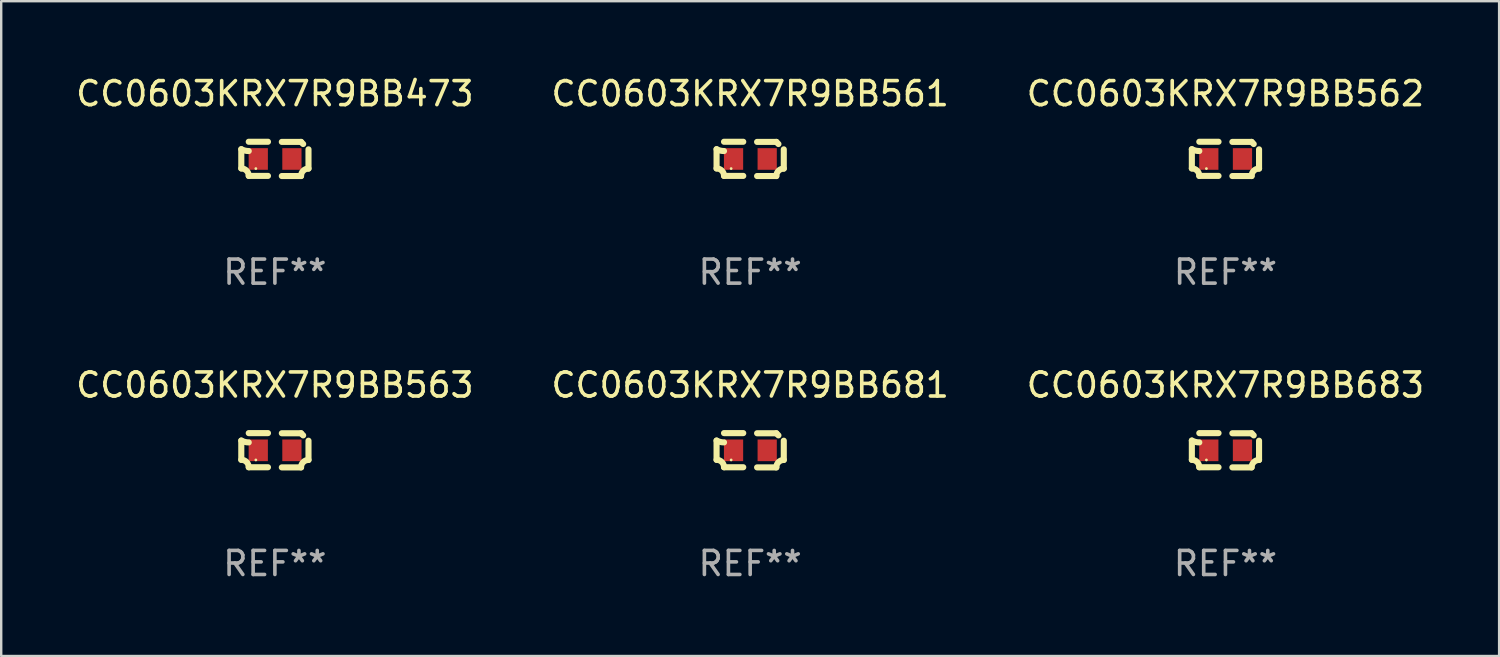
<source format=kicad_pcb>
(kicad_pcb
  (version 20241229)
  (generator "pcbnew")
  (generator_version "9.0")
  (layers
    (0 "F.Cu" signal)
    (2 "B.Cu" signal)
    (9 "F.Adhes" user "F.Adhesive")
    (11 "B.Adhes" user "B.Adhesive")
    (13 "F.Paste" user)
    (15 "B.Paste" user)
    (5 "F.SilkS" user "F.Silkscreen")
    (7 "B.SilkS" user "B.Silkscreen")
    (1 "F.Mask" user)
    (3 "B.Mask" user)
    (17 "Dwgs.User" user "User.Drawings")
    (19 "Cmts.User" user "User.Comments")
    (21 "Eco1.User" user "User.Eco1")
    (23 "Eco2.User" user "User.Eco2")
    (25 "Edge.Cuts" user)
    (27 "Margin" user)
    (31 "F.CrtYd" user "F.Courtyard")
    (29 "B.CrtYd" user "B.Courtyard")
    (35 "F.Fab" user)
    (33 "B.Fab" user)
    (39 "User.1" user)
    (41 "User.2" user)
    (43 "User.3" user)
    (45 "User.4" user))
  (footprint "CC0603KRX7R9BB561"
    (layer "F.Cu")
    (at 28.161 3.561)
    (property "Reference" "CC0603KRX7R9BB561" (at 0 -2.713 0) (layer "F.SilkS") (effects (font (size 1 1) (thickness 0.15))))
    (attr through_hole)
    (fp_line (start -1.398 -0.403) (end -1.398 0.397) (stroke (width 0.254) (type solid)) (layer "F.SilkS"))
    (fp_line (start -0.288 -0.713) (end -1.088 -0.713) (stroke (width 0.254) (type solid)) (layer "F.SilkS"))
    (fp_line (start -0.288 0.707) (end -1.088 0.707) (stroke (width 0.254) (type solid)) (layer "F.SilkS"))
    (fp_line (start 0.288 -0.707) (end 1.088 -0.707) (stroke (width 0.254) (type solid)) (layer "F.SilkS"))
    (fp_line (start 0.288 0.713) (end 1.088 0.713) (stroke (width 0.254) (type solid)) (layer "F.SilkS"))
    (fp_line (start 1.398 -0.397) (end 1.398 0.403) (stroke (width 0.254) (type solid)) (layer "F.SilkS"))
    (fp_arc (start -1.397789 0.397066) (mid -1.178701 0.487826) (end -1.08796 0.706922) (stroke (width 0.254001) (type solid)) (layer "F.SilkS"))
    (fp_arc (start -1.08796 -0.327176) (mid -1.247436 -0.346384) (end -1.39779 -0.402908) (stroke (width 0.254001) (type solid)) (layer "F.SilkS"))
    (fp_arc (start 1.087909 0.712738) (mid 1.178656 0.493655) (end 1.397739 0.402908) (stroke (width 0.254001) (type solid)) (layer "F.SilkS"))
    (fp_arc (start 1.175925 -0.618926) (mid 1.131917 -0.662923) (end 1.08791 -0.706922) (stroke (width 0.254001) (type solid)) (layer "F.SilkS"))
    (fp_circle (center -0.792 0.403) (end -0.762 0.403) (stroke (width 0.06) (type solid)) (fill no) (layer "F.SilkS"))
    (fp_text user "REF**" (at 0 4.713 0) (layer "F.Fab") (effects (font (size 1 1) (thickness 0.15))))
    (pad "1" smd rect (at -0.692 0.003) (size 0.8 0.9) (layers "F.Cu" "F.Mask" "F.Paste"))
    (pad "2" smd rect (at 0.708 0.003) (size 0.8 0.9) (layers "F.Cu" "F.Mask" "F.Paste")))
  (footprint "CC0603KRX7R9BB563"
    (layer "F.Cu")
    (at 8.387 15.683)
    (property "Reference" "CC0603KRX7R9BB563" (at 0 -2.713 0) (layer "F.SilkS") (effects (font (size 1 1) (thickness 0.15))))
    (attr through_hole)
    (fp_line (start -1.398 -0.403) (end -1.398 0.397) (stroke (width 0.254) (type solid)) (layer "F.SilkS"))
    (fp_line (start -0.288 -0.713) (end -1.088 -0.713) (stroke (width 0.254) (type solid)) (layer "F.SilkS"))
    (fp_line (start -0.288 0.707) (end -1.088 0.707) (stroke (width 0.254) (type solid)) (layer "F.SilkS"))
    (fp_line (start 0.288 -0.707) (end 1.088 -0.707) (stroke (width 0.254) (type solid)) (layer "F.SilkS"))
    (fp_line (start 0.288 0.713) (end 1.088 0.713) (stroke (width 0.254) (type solid)) (layer "F.SilkS"))
    (fp_line (start 1.398 -0.397) (end 1.398 0.403) (stroke (width 0.254) (type solid)) (layer "F.SilkS"))
    (fp_arc (start -1.397789 0.397066) (mid -1.178701 0.487826) (end -1.08796 0.706922) (stroke (width 0.254001) (type solid)) (layer "F.SilkS"))
    (fp_arc (start -1.08796 -0.327176) (mid -1.247436 -0.346384) (end -1.39779 -0.402908) (stroke (width 0.254001) (type solid)) (layer "F.SilkS"))
    (fp_arc (start 1.087909 0.712738) (mid 1.178656 0.493655) (end 1.397739 0.402908) (stroke (width 0.254001) (type solid)) (layer "F.SilkS"))
    (fp_arc (start 1.175925 -0.618926) (mid 1.131917 -0.662923) (end 1.08791 -0.706922) (stroke (width 0.254001) (type solid)) (layer "F.SilkS"))
    (fp_circle (center -0.792 0.403) (end -0.762 0.403) (stroke (width 0.06) (type solid)) (fill no) (layer "F.SilkS"))
    (fp_text user "REF**" (at 0 4.713 0) (layer "F.Fab") (effects (font (size 1 1) (thickness 0.15))))
    (pad "1" smd rect (at -0.692 0.003) (size 0.8 0.9) (layers "F.Cu" "F.Mask" "F.Paste"))
    (pad "2" smd rect (at 0.708 0.003) (size 0.8 0.9) (layers "F.Cu" "F.Mask" "F.Paste")))
  (footprint "CC0603KRX7R9BB681"
    (layer "F.Cu")
    (at 28.161 15.683)
    (property "Reference" "CC0603KRX7R9BB681" (at 0 -2.713 0) (layer "F.SilkS") (effects (font (size 1 1) (thickness 0.15))))
    (attr through_hole)
    (fp_line (start -1.398 -0.403) (end -1.398 0.397) (stroke (width 0.254) (type solid)) (layer "F.SilkS"))
    (fp_line (start -0.288 -0.713) (end -1.088 -0.713) (stroke (width 0.254) (type solid)) (layer "F.SilkS"))
    (fp_line (start -0.288 0.707) (end -1.088 0.707) (stroke (width 0.254) (type solid)) (layer "F.SilkS"))
    (fp_line (start 0.288 -0.707) (end 1.088 -0.707) (stroke (width 0.254) (type solid)) (layer "F.SilkS"))
    (fp_line (start 0.288 0.713) (end 1.088 0.713) (stroke (width 0.254) (type solid)) (layer "F.SilkS"))
    (fp_line (start 1.398 -0.397) (end 1.398 0.403) (stroke (width 0.254) (type solid)) (layer "F.SilkS"))
    (fp_arc (start -1.397789 0.397066) (mid -1.178701 0.487826) (end -1.08796 0.706922) (stroke (width 0.254001) (type solid)) (layer "F.SilkS"))
    (fp_arc (start -1.08796 -0.327176) (mid -1.247436 -0.346384) (end -1.39779 -0.402908) (stroke (width 0.254001) (type solid)) (layer "F.SilkS"))
    (fp_arc (start 1.087909 0.712738) (mid 1.178656 0.493655) (end 1.397739 0.402908) (stroke (width 0.254001) (type solid)) (layer "F.SilkS"))
    (fp_arc (start 1.175925 -0.618926) (mid 1.131917 -0.662923) (end 1.08791 -0.706922) (stroke (width 0.254001) (type solid)) (layer "F.SilkS"))
    (fp_circle (center -0.792 0.403) (end -0.762 0.403) (stroke (width 0.06) (type solid)) (fill no) (layer "F.SilkS"))
    (fp_text user "REF**" (at 0 4.713 0) (layer "F.Fab") (effects (font (size 1 1) (thickness 0.15))))
    (pad "1" smd rect (at -0.692 0.003) (size 0.8 0.9) (layers "F.Cu" "F.Mask" "F.Paste"))
    (pad "2" smd rect (at 0.708 0.003) (size 0.8 0.9) (layers "F.Cu" "F.Mask" "F.Paste")))
  (footprint "CC0603KRX7R9BB473"
    (layer "F.Cu")
    (at 8.387 3.561)
    (property "Reference" "CC0603KRX7R9BB473" (at 0 -2.713 0) (layer "F.SilkS") (effects (font (size 1 1) (thickness 0.15))))
    (attr through_hole)
    (fp_line (start -1.398 -0.403) (end -1.398 0.397) (stroke (width 0.254) (type solid)) (layer "F.SilkS"))
    (fp_line (start -0.288 -0.713) (end -1.088 -0.713) (stroke (width 0.254) (type solid)) (layer "F.SilkS"))
    (fp_line (start -0.288 0.707) (end -1.088 0.707) (stroke (width 0.254) (type solid)) (layer "F.SilkS"))
    (fp_line (start 0.288 -0.707) (end 1.088 -0.707) (stroke (width 0.254) (type solid)) (layer "F.SilkS"))
    (fp_line (start 0.288 0.713) (end 1.088 0.713) (stroke (width 0.254) (type solid)) (layer "F.SilkS"))
    (fp_line (start 1.398 -0.397) (end 1.398 0.403) (stroke (width 0.254) (type solid)) (layer "F.SilkS"))
    (fp_arc (start -1.397789 0.397066) (mid -1.178701 0.487826) (end -1.08796 0.706922) (stroke (width 0.254001) (type solid)) (layer "F.SilkS"))
    (fp_arc (start -1.08796 -0.327176) (mid -1.247436 -0.346384) (end -1.39779 -0.402908) (stroke (width 0.254001) (type solid)) (layer "F.SilkS"))
    (fp_arc (start 1.087909 0.712738) (mid 1.178656 0.493655) (end 1.397739 0.402908) (stroke (width 0.254001) (type solid)) (layer "F.SilkS"))
    (fp_arc (start 1.175925 -0.618926) (mid 1.131917 -0.662923) (end 1.08791 -0.706922) (stroke (width 0.254001) (type solid)) (layer "F.SilkS"))
    (fp_circle (center -0.792 0.403) (end -0.762 0.403) (stroke (width 0.06) (type solid)) (fill no) (layer "F.SilkS"))
    (fp_text user "REF**" (at 0 4.713 0) (layer "F.Fab") (effects (font (size 1 1) (thickness 0.15))))
    (pad "1" smd rect (at -0.692 0.003) (size 0.8 0.9) (layers "F.Cu" "F.Mask" "F.Paste"))
    (pad "2" smd rect (at 0.708 0.003) (size 0.8 0.9) (layers "F.Cu" "F.Mask" "F.Paste")))
  (footprint "CC0603KRX7R9BB683"
    (layer "F.Cu")
    (at 47.935 15.683)
    (property "Reference" "CC0603KRX7R9BB683" (at 0 -2.713 0) (layer "F.SilkS") (effects (font (size 1 1) (thickness 0.15))))
    (attr through_hole)
    (fp_line (start -1.398 -0.403) (end -1.398 0.397) (stroke (width 0.254) (type solid)) (layer "F.SilkS"))
    (fp_line (start -0.288 -0.713) (end -1.088 -0.713) (stroke (width 0.254) (type solid)) (layer "F.SilkS"))
    (fp_line (start -0.288 0.707) (end -1.088 0.707) (stroke (width 0.254) (type solid)) (layer "F.SilkS"))
    (fp_line (start 0.288 -0.707) (end 1.088 -0.707) (stroke (width 0.254) (type solid)) (layer "F.SilkS"))
    (fp_line (start 0.288 0.713) (end 1.088 0.713) (stroke (width 0.254) (type solid)) (layer "F.SilkS"))
    (fp_line (start 1.398 -0.397) (end 1.398 0.403) (stroke (width 0.254) (type solid)) (layer "F.SilkS"))
    (fp_arc (start -1.397789 0.397066) (mid -1.178701 0.487826) (end -1.08796 0.706922) (stroke (width 0.254001) (type solid)) (layer "F.SilkS"))
    (fp_arc (start -1.08796 -0.327176) (mid -1.247436 -0.346384) (end -1.39779 -0.402908) (stroke (width 0.254001) (type solid)) (layer "F.SilkS"))
    (fp_arc (start 1.087909 0.712738) (mid 1.178656 0.493655) (end 1.397739 0.402908) (stroke (width 0.254001) (type solid)) (layer "F.SilkS"))
    (fp_arc (start 1.175925 -0.618926) (mid 1.131917 -0.662923) (end 1.08791 -0.706922) (stroke (width 0.254001) (type solid)) (layer "F.SilkS"))
    (fp_circle (center -0.792 0.403) (end -0.762 0.403) (stroke (width 0.06) (type solid)) (fill no) (layer "F.SilkS"))
    (fp_text user "REF**" (at 0 4.713 0) (layer "F.Fab") (effects (font (size 1 1) (thickness 0.15))))
    (pad "1" smd rect (at -0.692 0.003) (size 0.8 0.9) (layers "F.Cu" "F.Mask" "F.Paste"))
    (pad "2" smd rect (at 0.708 0.003) (size 0.8 0.9) (layers "F.Cu" "F.Mask" "F.Paste")))
  (footprint "CC0603KRX7R9BB562"
    (layer "F.Cu")
    (at 47.935 3.561)
    (property "Reference" "CC0603KRX7R9BB562" (at 0 -2.713 0) (layer "F.SilkS") (effects (font (size 1 1) (thickness 0.15))))
    (attr through_hole)
    (fp_line (start -1.398 -0.403) (end -1.398 0.397) (stroke (width 0.254) (type solid)) (layer "F.SilkS"))
    (fp_line (start -0.288 -0.713) (end -1.088 -0.713) (stroke (width 0.254) (type solid)) (layer "F.SilkS"))
    (fp_line (start -0.288 0.707) (end -1.088 0.707) (stroke (width 0.254) (type solid)) (layer "F.SilkS"))
    (fp_line (start 0.288 -0.707) (end 1.088 -0.707) (stroke (width 0.254) (type solid)) (layer "F.SilkS"))
    (fp_line (start 0.288 0.713) (end 1.088 0.713) (stroke (width 0.254) (type solid)) (layer "F.SilkS"))
    (fp_line (start 1.398 -0.397) (end 1.398 0.403) (stroke (width 0.254) (type solid)) (layer "F.SilkS"))
    (fp_arc (start -1.397789 0.397066) (mid -1.178701 0.487826) (end -1.08796 0.706922) (stroke (width 0.254001) (type solid)) (layer "F.SilkS"))
    (fp_arc (start -1.08796 -0.327176) (mid -1.247436 -0.346384) (end -1.39779 -0.402908) (stroke (width 0.254001) (type solid)) (layer "F.SilkS"))
    (fp_arc (start 1.087909 0.712738) (mid 1.178656 0.493655) (end 1.397739 0.402908) (stroke (width 0.254001) (type solid)) (layer "F.SilkS"))
    (fp_arc (start 1.175925 -0.618926) (mid 1.131917 -0.662923) (end 1.08791 -0.706922) (stroke (width 0.254001) (type solid)) (layer "F.SilkS"))
    (fp_circle (center -0.792 0.403) (end -0.762 0.403) (stroke (width 0.06) (type solid)) (fill no) (layer "F.SilkS"))
    (fp_text user "REF**" (at 0 4.713 0) (layer "F.Fab") (effects (font (size 1 1) (thickness 0.15))))
    (pad "1" smd rect (at -0.692 0.003) (size 0.8 0.9) (layers "F.Cu" "F.Mask" "F.Paste"))
    (pad "2" smd rect (at 0.708 0.003) (size 0.8 0.9) (layers "F.Cu" "F.Mask" "F.Paste")))
  (gr_rect
    (start -3 -3)
    (end 59.321 24.244)
    (stroke (width 0.1) (type default))
    (fill no)
    (layer "Edge.Cuts")))
</source>
